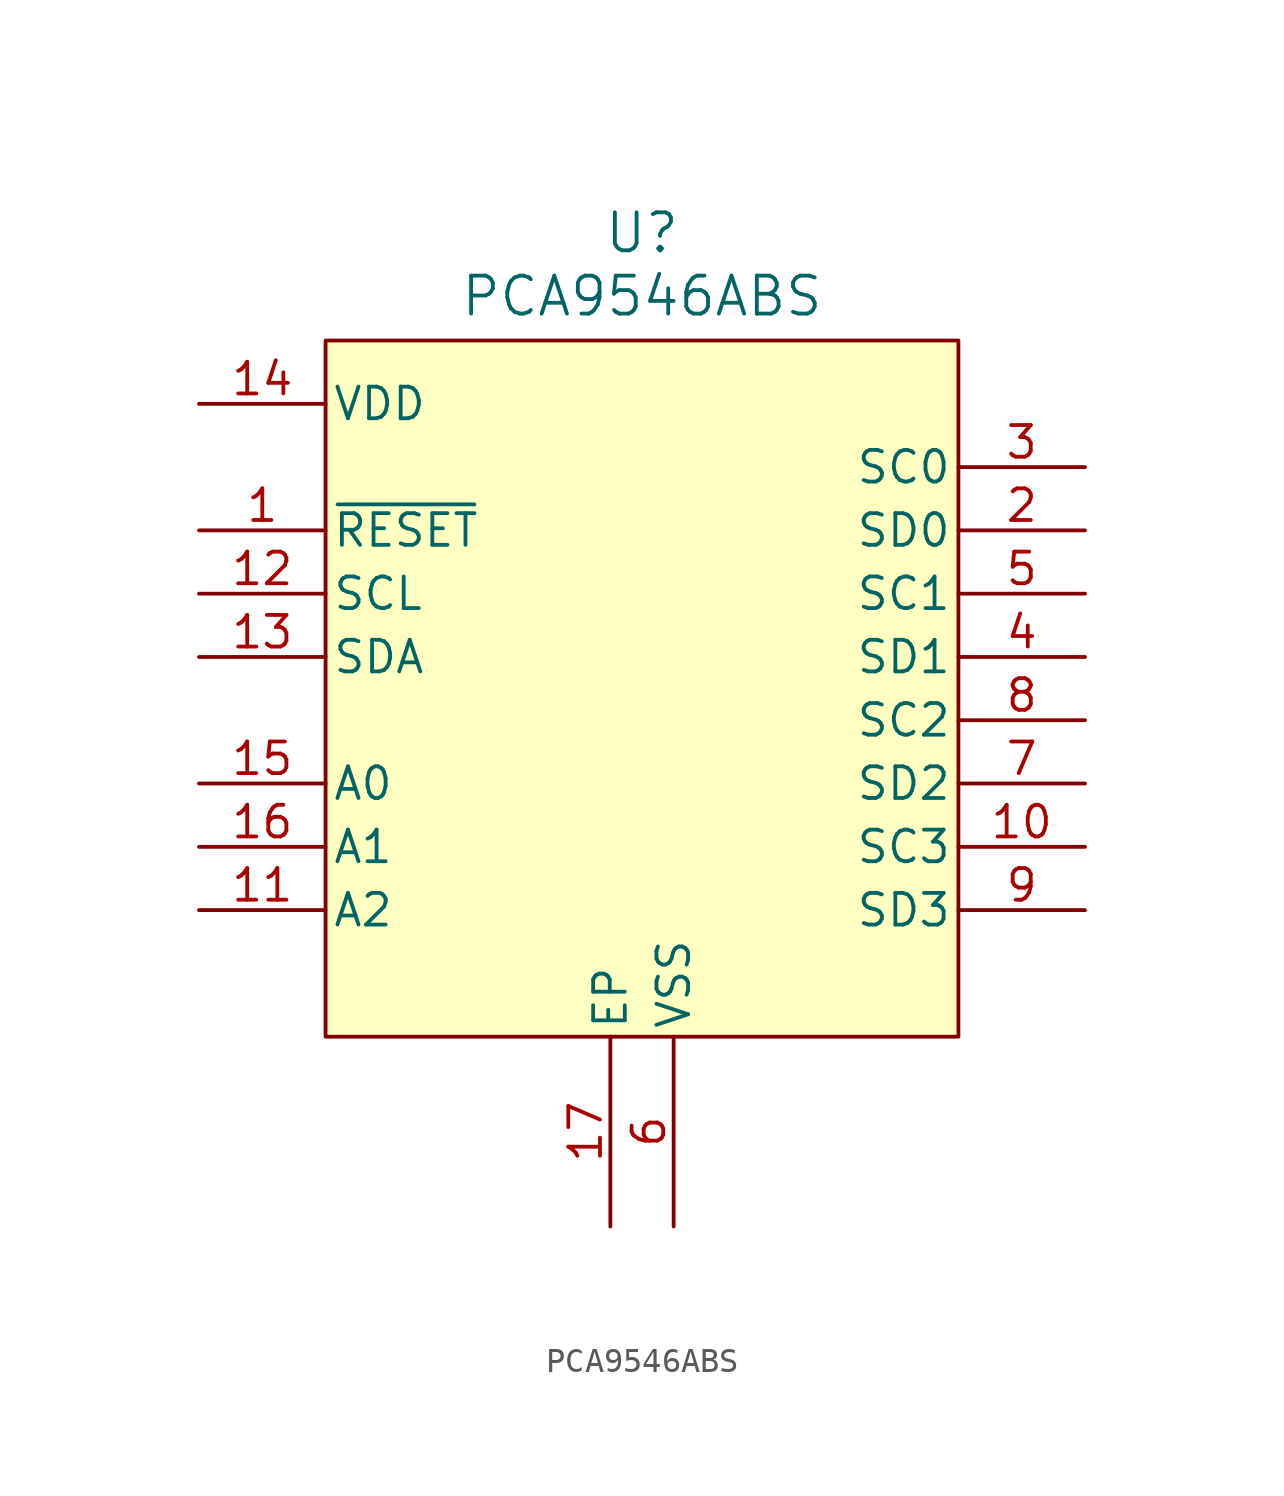
<source format=kicad_sym>
(kicad_symbol_lib
  (version 20231120)
  (generator "kicad_symbol_editor")
  (generator_version "8.0")
  (symbol "PCA9546ABS"
    (pin_names
      (offset 0.254))
    (property "Reference" "U"
      (at 0 17.018 0)
      (effects (font (size 1.524 1.524))))
    (property "Value" "PCA9546ABS"
      (at 0 14.478 0)
      (effects (font (size 1.524 1.524))))
    (symbol "PCA9546ABS_0_1"
      (pin unspecified line (at -1.27 -22.86 90) (length 7.62) (name "EP" (effects (font (size 1.27 1.27)))) (number "17" (effects (font (size 1.27 1.27)))))
      (pin unspecified line (at 1.27 -22.86 90) (length 7.62) (name "VSS" (effects (font (size 1.27 1.27)))) (number "6" (effects (font (size 1.27 1.27))))))
    (symbol "PCA9546ABS_1_1"
      (rectangle (start -12.7 12.7) (end 12.7 -15.24) (stroke (width 0) (type default)) (fill (type background)))
      (pin unspecified line (at -17.78 5.08 0) (length 5.08) (name "~{RESET}" (effects (font (size 1.27 1.27)))) (number "1" (effects (font (size 1.27 1.27)))))
      (pin unspecified line (at 17.78 -7.62 180) (length 5.08) (name "SC3" (effects (font (size 1.27 1.27)))) (number "10" (effects (font (size 1.27 1.27)))))
      (pin unspecified line (at -17.78 -10.16 0) (length 5.08) (name "A2" (effects (font (size 1.27 1.27)))) (number "11" (effects (font (size 1.27 1.27)))))
      (pin unspecified line (at -17.78 2.54 0) (length 5.08) (name "SCL" (effects (font (size 1.27 1.27)))) (number "12" (effects (font (size 1.27 1.27)))))
      (pin unspecified line (at -17.78 0 0) (length 5.08) (name "SDA" (effects (font (size 1.27 1.27)))) (number "13" (effects (font (size 1.27 1.27)))))
      (pin unspecified line (at -17.78 10.16 0) (length 5.08) (name "VDD" (effects (font (size 1.27 1.27)))) (number "14" (effects (font (size 1.27 1.27)))))
      (pin unspecified line (at -17.78 -5.08 0) (length 5.08) (name "A0" (effects (font (size 1.27 1.27)))) (number "15" (effects (font (size 1.27 1.27)))))
      (pin unspecified line (at -17.78 -7.62 0) (length 5.08) (name "A1" (effects (font (size 1.27 1.27)))) (number "16" (effects (font (size 1.27 1.27)))))
      (pin unspecified line (at 17.78 5.08 180) (length 5.08) (name "SD0" (effects (font (size 1.27 1.27)))) (number "2" (effects (font (size 1.27 1.27)))))
      (pin unspecified line (at 17.78 7.62 180) (length 5.08) (name "SC0" (effects (font (size 1.27 1.27)))) (number "3" (effects (font (size 1.27 1.27)))))
      (pin unspecified line (at 17.78 0 180) (length 5.08) (name "SD1" (effects (font (size 1.27 1.27)))) (number "4" (effects (font (size 1.27 1.27)))))
      (pin unspecified line (at 17.78 2.54 180) (length 5.08) (name "SC1" (effects (font (size 1.27 1.27)))) (number "5" (effects (font (size 1.27 1.27)))))
      (pin unspecified line (at 17.78 -5.08 180) (length 5.08) (name "SD2" (effects (font (size 1.27 1.27)))) (number "7" (effects (font (size 1.27 1.27)))))
      (pin unspecified line (at 17.78 -2.54 180) (length 5.08) (name "SC2" (effects (font (size 1.27 1.27)))) (number "8" (effects (font (size 1.27 1.27)))))
      (pin unspecified line (at 17.78 -10.16 180) (length 5.08) (name "SD3" (effects (font (size 1.27 1.27)))) (number "9" (effects (font (size 1.27 1.27))))))))
</source>
